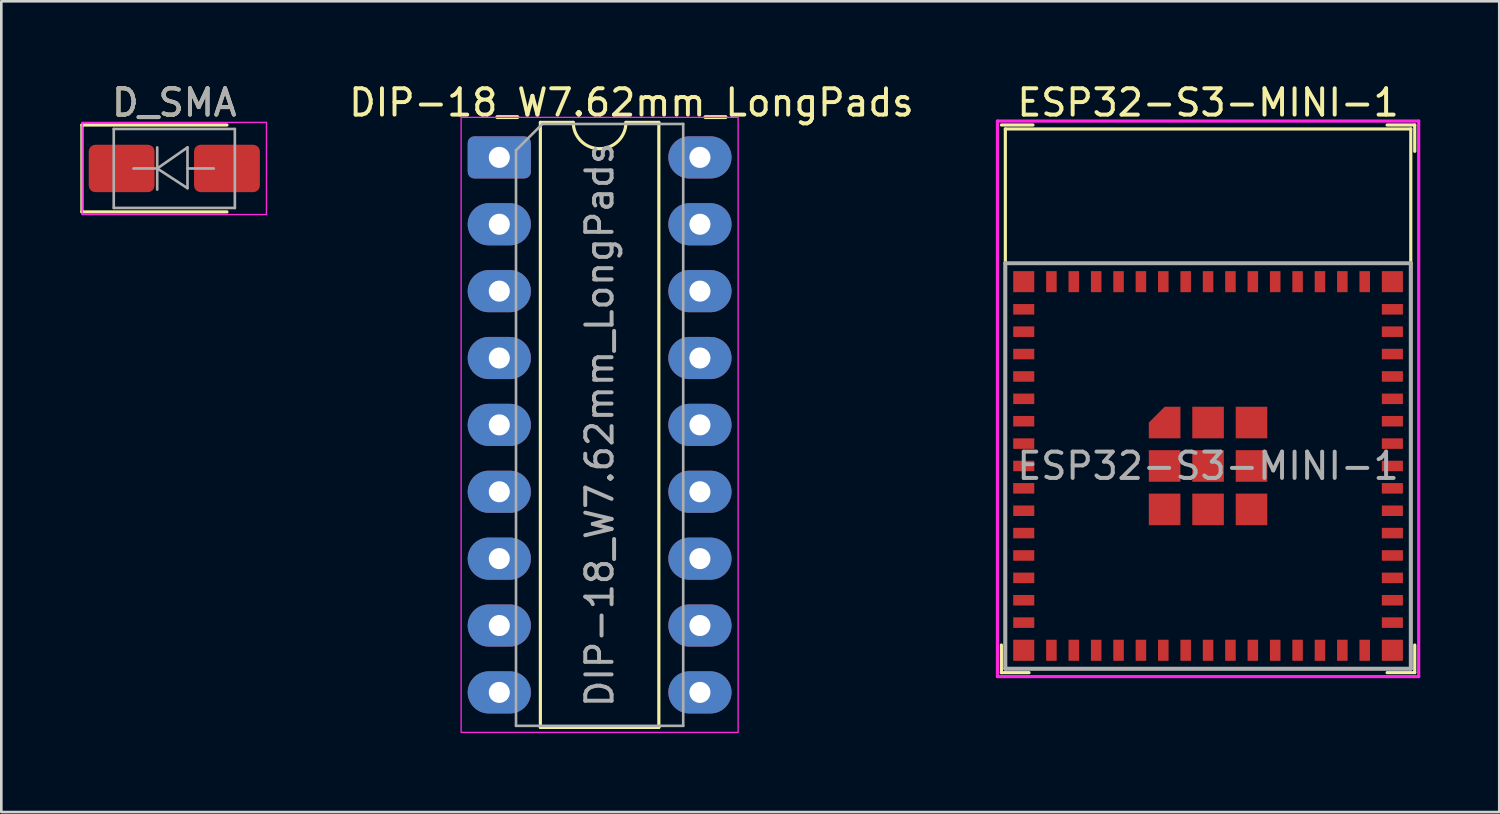
<source format=kicad_pcb>
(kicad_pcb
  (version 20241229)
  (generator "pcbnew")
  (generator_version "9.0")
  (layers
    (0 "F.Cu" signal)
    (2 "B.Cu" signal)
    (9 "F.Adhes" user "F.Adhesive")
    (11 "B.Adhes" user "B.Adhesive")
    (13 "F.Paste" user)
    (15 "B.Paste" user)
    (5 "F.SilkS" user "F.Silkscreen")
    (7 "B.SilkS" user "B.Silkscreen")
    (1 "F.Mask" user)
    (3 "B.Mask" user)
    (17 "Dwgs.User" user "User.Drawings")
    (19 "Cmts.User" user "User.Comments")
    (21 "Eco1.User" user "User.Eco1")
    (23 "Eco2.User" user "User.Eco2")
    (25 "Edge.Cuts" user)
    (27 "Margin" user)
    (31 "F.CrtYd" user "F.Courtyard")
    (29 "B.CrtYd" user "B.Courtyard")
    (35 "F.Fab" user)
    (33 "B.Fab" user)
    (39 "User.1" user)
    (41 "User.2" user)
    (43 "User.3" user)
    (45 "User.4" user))
  (footprint "D_SMA"
    (layer "F.Cu")
    (at 3.57 3.348)
    (property "Reference" "D_SMA" (at 0 -2.5 180) (layer "F.SilkS") (effects (font (size 1 1) (thickness 0.15))))
    (attr smd)
    (fp_line (start -3.51 -1.65) (end -3.51 1.65) (stroke (width 0.12) (type solid)) (layer "F.SilkS"))
    (fp_line (start -3.51 -1.65) (end 2 -1.65) (stroke (width 0.12) (type solid)) (layer "F.SilkS"))
    (fp_line (start -3.51 1.65) (end 2 1.65) (stroke (width 0.12) (type solid)) (layer "F.SilkS"))
    (fp_line (start -3.5 -1.75) (end 3.5 -1.75) (stroke (width 0.05) (type solid)) (layer "F.CrtYd"))
    (fp_line (start -3.5 1.75) (end -3.5 -1.75) (stroke (width 0.05) (type solid)) (layer "F.CrtYd"))
    (fp_line (start 3.5 -1.75) (end 3.5 1.75) (stroke (width 0.05) (type solid)) (layer "F.CrtYd"))
    (fp_line (start 3.5 1.75) (end -3.5 1.75) (stroke (width 0.05) (type solid)) (layer "F.CrtYd"))
    (fp_line (start -2.3 1.5) (end -2.3 -1.5) (stroke (width 0.1) (type solid)) (layer "F.Fab"))
    (fp_line (start -0.649 -0.799) (end -0.649 0.801) (stroke (width 0.1) (type solid)) (layer "F.Fab"))
    (fp_line (start -0.649 0.001) (end -1.551 0.001) (stroke (width 0.1) (type solid)) (layer "F.Fab"))
    (fp_line (start -0.649 0.001) (end 0.501 -0.799) (stroke (width 0.1) (type solid)) (layer "F.Fab"))
    (fp_line (start -0.649 0.001) (end 0.501 0.75) (stroke (width 0.1) (type solid)) (layer "F.Fab"))
    (fp_line (start 0.501 0.001) (end 1.499 0.001) (stroke (width 0.1) (type solid)) (layer "F.Fab"))
    (fp_line (start 0.501 0.75) (end 0.501 -0.799) (stroke (width 0.1) (type solid)) (layer "F.Fab"))
    (fp_line (start 2.3 -1.5) (end -2.3 -1.5) (stroke (width 0.1) (type solid)) (layer "F.Fab"))
    (fp_line (start 2.3 -1.5) (end 2.3 1.5) (stroke (width 0.1) (type solid)) (layer "F.Fab"))
    (fp_line (start 2.3 1.5) (end -2.3 1.5) (stroke (width 0.1) (type solid)) (layer "F.Fab"))
    (fp_text user "${REFERENCE}" (at 0 -2.5 180) (layer "F.Fab") (effects (font (size 1 1) (thickness 0.15))))
    (pad "1" smd roundrect (at -2 0) (size 2.5 1.8) (layers "F.Cu" "F.Mask" "F.Paste") (roundrect_rratio 0.139))
    (pad "2" smd roundrect (at 2 0) (size 2.5 1.8) (layers "F.Cu" "F.Mask" "F.Paste") (roundrect_rratio 0.139)))
  (footprint "DIP-18_W7.62mm_LongPads"
    (layer "F.Cu")
    (at 15.914 2.928)
    (property "Reference" "DIP-18_W7.62mm_LongPads" (at 5.02 -2.08 180) (layer "F.SilkS") (effects (font (size 1 1) (thickness 0.15))))
    (attr through_hole)
    (fp_line (start 1.56 -1.33) (end 1.56 21.65) (stroke (width 0.12) (type solid)) (layer "F.SilkS"))
    (fp_line (start 1.56 21.65) (end 6.06 21.65) (stroke (width 0.12) (type solid)) (layer "F.SilkS"))
    (fp_line (start 2.81 -1.33) (end 1.56 -1.33) (stroke (width 0.12) (type solid)) (layer "F.SilkS"))
    (fp_line (start 6.06 -1.33) (end 4.81 -1.33) (stroke (width 0.12) (type solid)) (layer "F.SilkS"))
    (fp_line (start 6.06 21.65) (end 6.06 -1.33) (stroke (width 0.12) (type solid)) (layer "F.SilkS"))
    (fp_arc (start 4.81 -1.33) (mid 3.81 -0.33) (end 2.81 -1.33) (stroke (width 0.12) (type solid)) (layer "F.SilkS"))
    (fp_rect (start -1.45 -1.52) (end 9.07 21.84) (stroke (width 0.05) (type solid)) (fill no) (layer "F.CrtYd"))
    (fp_line (start 0.635 -0.27) (end 1.635 -1.27) (stroke (width 0.1) (type solid)) (layer "F.Fab"))
    (fp_line (start 0.635 21.59) (end 0.635 -0.27) (stroke (width 0.1) (type solid)) (layer "F.Fab"))
    (fp_line (start 1.635 -1.27) (end 6.985 -1.27) (stroke (width 0.1) (type solid)) (layer "F.Fab"))
    (fp_line (start 6.985 -1.27) (end 6.985 21.59) (stroke (width 0.1) (type solid)) (layer "F.Fab"))
    (fp_line (start 6.985 21.59) (end 0.635 21.59) (stroke (width 0.1) (type solid)) (layer "F.Fab"))
    (fp_text user "${REFERENCE}" (at 3.81 10.16 90) (layer "F.Fab") (effects (font (size 1 1) (thickness 0.15))))
    (pad "1" thru_hole roundrect (at 0 0) (size 2.4 1.6) (drill 0.8) (layers "*.Cu" "*.Mask") (roundrect_rratio 0.156))
    (pad "2" thru_hole oval (at 0 2.54) (size 2.4 1.6) (drill 0.8) (layers "*.Cu" "*.Mask"))
    (pad "3" thru_hole oval (at 0 5.08) (size 2.4 1.6) (drill 0.8) (layers "*.Cu" "*.Mask"))
    (pad "4" thru_hole oval (at 0 7.62) (size 2.4 1.6) (drill 0.8) (layers "*.Cu" "*.Mask"))
    (pad "5" thru_hole oval (at 0 10.16) (size 2.4 1.6) (drill 0.8) (layers "*.Cu" "*.Mask"))
    (pad "6" thru_hole oval (at 0 12.7) (size 2.4 1.6) (drill 0.8) (layers "*.Cu" "*.Mask"))
    (pad "7" thru_hole oval (at 0 15.24) (size 2.4 1.6) (drill 0.8) (layers "*.Cu" "*.Mask"))
    (pad "8" thru_hole oval (at 0 17.78) (size 2.4 1.6) (drill 0.8) (layers "*.Cu" "*.Mask"))
    (pad "9" thru_hole oval (at 0 20.32) (size 2.4 1.6) (drill 0.8) (layers "*.Cu" "*.Mask"))
    (pad "10" thru_hole oval (at 7.62 20.32) (size 2.4 1.6) (drill 0.8) (layers "*.Cu" "*.Mask"))
    (pad "11" thru_hole oval (at 7.62 17.78) (size 2.4 1.6) (drill 0.8) (layers "*.Cu" "*.Mask"))
    (pad "12" thru_hole oval (at 7.62 15.24) (size 2.4 1.6) (drill 0.8) (layers "*.Cu" "*.Mask"))
    (pad "13" thru_hole oval (at 7.62 12.7) (size 2.4 1.6) (drill 0.8) (layers "*.Cu" "*.Mask"))
    (pad "14" thru_hole oval (at 7.62 10.16) (size 2.4 1.6) (drill 0.8) (layers "*.Cu" "*.Mask"))
    (pad "15" thru_hole oval (at 7.62 7.62) (size 2.4 1.6) (drill 0.8) (layers "*.Cu" "*.Mask"))
    (pad "16" thru_hole oval (at 7.62 5.08) (size 2.4 1.6) (drill 0.8) (layers "*.Cu" "*.Mask"))
    (pad "17" thru_hole oval (at 7.62 2.54) (size 2.4 1.6) (drill 0.8) (layers "*.Cu" "*.Mask"))
    (pad "18" thru_hole oval (at 7.62 0) (size 2.4 1.6) (drill 0.8) (layers "*.Cu" "*.Mask")))
  (footprint "ESP32-S3-MINI-1"
    (layer "F.Cu")
    (at 42.834 14.648)
    (property "Reference" "ESP32-S3-MINI-1" (at 0 -13.8 0) (layer "F.SilkS") (effects (font (size 1 1) (thickness 0.15))))
    (attr smd)
    (fp_line (start -7.85 7.85) (end -7.85 6.8) (stroke (width 0.12) (type solid)) (layer "F.SilkS"))
    (fp_line (start -7.7 -12.8) (end -7.7 -7.7) (stroke (width 0.12) (type solid)) (layer "F.SilkS"))
    (fp_line (start -7.7 -12.8) (end 7.7 -12.8) (stroke (width 0.12) (type solid)) (layer "F.SilkS"))
    (fp_line (start -7.7 7.7) (end -7.7 -7.7) (stroke (width 0.12) (type solid)) (layer "F.SilkS"))
    (fp_line (start -6.8 7.85) (end -7.85 7.85) (stroke (width 0.12) (type solid)) (layer "F.SilkS"))
    (fp_line (start -6.65 -12.95) (end -7.85 -12.95) (stroke (width 0.12) (type solid)) (layer "F.SilkS"))
    (fp_line (start 6.8 -12.95) (end 7.85 -12.95) (stroke (width 0.12) (type solid)) (layer "F.SilkS"))
    (fp_line (start 6.8 7.85) (end 7.85 7.85) (stroke (width 0.12) (type solid)) (layer "F.SilkS"))
    (fp_line (start 7.7 -12.8) (end 7.7 -7.7) (stroke (width 0.12) (type solid)) (layer "F.SilkS"))
    (fp_line (start 7.7 -7.7) (end 7.7 7.7) (stroke (width 0.12) (type solid)) (layer "F.SilkS"))
    (fp_line (start 7.7 7.7) (end -7.7 7.7) (stroke (width 0.12) (type solid)) (layer "F.SilkS"))
    (fp_line (start 7.85 -12.95) (end 7.85 -11.95) (stroke (width 0.12) (type solid)) (layer "F.SilkS"))
    (fp_line (start 7.85 7.85) (end 7.85 6.8) (stroke (width 0.12) (type solid)) (layer "F.SilkS"))
    (fp_line (start -8 -13.1) (end -8 8) (stroke (width 0.12) (type solid)) (layer "F.CrtYd"))
    (fp_line (start -8 8) (end 8 8) (stroke (width 0.12) (type solid)) (layer "F.CrtYd"))
    (fp_line (start 8 -13.1) (end -8 -13.1) (stroke (width 0.12) (type solid)) (layer "F.CrtYd"))
    (fp_line (start 8 8) (end 8 -13.1) (stroke (width 0.12) (type solid)) (layer "F.CrtYd"))
    (fp_line (start -7.7 -7.7) (end -7.7 7.7) (stroke (width 0.15) (type solid)) (layer "F.Fab"))
    (fp_line (start -7.7 7.7) (end 7.7 7.7) (stroke (width 0.15) (type solid)) (layer "F.Fab"))
    (fp_line (start 7.7 -7.7) (end -7.7 -7.7) (stroke (width 0.15) (type solid)) (layer "F.Fab"))
    (fp_line (start 7.7 7.7) (end 7.7 -7.7) (stroke (width 0.15) (type solid)) (layer "F.Fab"))
    (fp_text user "${REFERENCE}" (at 0 0 0) (layer "F.Fab") (effects (font (size 1 1) (thickness 0.15))))
    (pad "1" smd rect (at -7 -5.95 90) (size 0.4 0.8) (layers "F.Cu" "F.Mask" "F.Paste"))
    (pad "2" smd rect (at -7 -5.1 90) (size 0.4 0.8) (layers "F.Cu" "F.Mask" "F.Paste"))
    (pad "3" smd rect (at -7 -4.25 90) (size 0.4 0.8) (layers "F.Cu" "F.Mask" "F.Paste"))
    (pad "4" smd rect (at -7 -3.4 90) (size 0.4 0.8) (layers "F.Cu" "F.Mask" "F.Paste"))
    (pad "5" smd rect (at -7 -2.55 90) (size 0.4 0.8) (layers "F.Cu" "F.Mask" "F.Paste"))
    (pad "6" smd rect (at -7 -1.7 90) (size 0.4 0.8) (layers "F.Cu" "F.Mask" "F.Paste"))
    (pad "7" smd rect (at -7 -0.85 90) (size 0.4 0.8) (layers "F.Cu" "F.Mask" "F.Paste"))
    (pad "8" smd rect (at -7 0 90) (size 0.4 0.8) (layers "F.Cu" "F.Mask" "F.Paste"))
    (pad "9" smd rect (at -7 0.85 90) (size 0.4 0.8) (layers "F.Cu" "F.Mask" "F.Paste"))
    (pad "10" smd rect (at -7 1.7 90) (size 0.4 0.8) (layers "F.Cu" "F.Mask" "F.Paste"))
    (pad "11" smd rect (at -7 2.55 90) (size 0.4 0.8) (layers "F.Cu" "F.Mask" "F.Paste"))
    (pad "12" smd rect (at -7 3.4 90) (size 0.4 0.8) (layers "F.Cu" "F.Mask" "F.Paste"))
    (pad "13" smd rect (at -7 4.25 90) (size 0.4 0.8) (layers "F.Cu" "F.Mask" "F.Paste"))
    (pad "14" smd rect (at -7 5.1 90) (size 0.4 0.8) (layers "F.Cu" "F.Mask" "F.Paste"))
    (pad "15" smd rect (at -7 5.95 90) (size 0.4 0.8) (layers "F.Cu" "F.Mask" "F.Paste"))
    (pad "16" smd rect (at -5.95 7) (size 0.4 0.8) (layers "F.Cu" "F.Mask" "F.Paste"))
    (pad "17" smd rect (at -5.1 7) (size 0.4 0.8) (layers "F.Cu" "F.Mask" "F.Paste"))
    (pad "18" smd rect (at -4.25 7) (size 0.4 0.8) (layers "F.Cu" "F.Mask" "F.Paste"))
    (pad "19" smd rect (at -3.4 7) (size 0.4 0.8) (layers "F.Cu" "F.Mask" "F.Paste"))
    (pad "20" smd rect (at -2.55 7) (size 0.4 0.8) (layers "F.Cu" "F.Mask" "F.Paste"))
    (pad "21" smd rect (at -1.7 7) (size 0.4 0.8) (layers "F.Cu" "F.Mask" "F.Paste"))
    (pad "22" smd rect (at -0.85 7) (size 0.4 0.8) (layers "F.Cu" "F.Mask" "F.Paste"))
    (pad "23" smd rect (at 0 7) (size 0.4 0.8) (layers "F.Cu" "F.Mask" "F.Paste"))
    (pad "24" smd rect (at 0.85 7) (size 0.4 0.8) (layers "F.Cu" "F.Mask" "F.Paste"))
    (pad "25" smd rect (at 1.7 7) (size 0.4 0.8) (layers "F.Cu" "F.Mask" "F.Paste"))
    (pad "26" smd rect (at 2.55 7) (size 0.4 0.8) (layers "F.Cu" "F.Mask" "F.Paste"))
    (pad "27" smd rect (at 3.4 7) (size 0.4 0.8) (layers "F.Cu" "F.Mask" "F.Paste"))
    (pad "28" smd rect (at 4.25 7) (size 0.4 0.8) (layers "F.Cu" "F.Mask" "F.Paste"))
    (pad "29" smd rect (at 5.1 7) (size 0.4 0.8) (layers "F.Cu" "F.Mask" "F.Paste"))
    (pad "30" smd rect (at 5.95 7) (size 0.4 0.8) (layers "F.Cu" "F.Mask" "F.Paste"))
    (pad "31" smd rect (at 7 5.95 90) (size 0.4 0.8) (layers "F.Cu" "F.Mask" "F.Paste"))
    (pad "32" smd rect (at 7 5.1 90) (size 0.4 0.8) (layers "F.Cu" "F.Mask" "F.Paste"))
    (pad "33" smd rect (at 7 4.25 90) (size 0.4 0.8) (layers "F.Cu" "F.Mask" "F.Paste"))
    (pad "34" smd rect (at 7 3.4 90) (size 0.4 0.8) (layers "F.Cu" "F.Mask" "F.Paste"))
    (pad "35" smd rect (at 7 2.55 90) (size 0.4 0.8) (layers "F.Cu" "F.Mask" "F.Paste"))
    (pad "36" smd rect (at 7 1.7 90) (size 0.4 0.8) (layers "F.Cu" "F.Mask" "F.Paste"))
    (pad "37" smd rect (at 7 0.85 90) (size 0.4 0.8) (layers "F.Cu" "F.Mask" "F.Paste"))
    (pad "38" smd rect (at 7 0 90) (size 0.4 0.8) (layers "F.Cu" "F.Mask" "F.Paste"))
    (pad "39" smd rect (at 7 -0.85 90) (size 0.4 0.8) (layers "F.Cu" "F.Mask" "F.Paste"))
    (pad "40" smd rect (at 7 -1.7 90) (size 0.4 0.8) (layers "F.Cu" "F.Mask" "F.Paste"))
    (pad "41" smd rect (at 7 -2.55 90) (size 0.4 0.8) (layers "F.Cu" "F.Mask" "F.Paste"))
    (pad "42" smd rect (at 7 -3.4 90) (size 0.4 0.8) (layers "F.Cu" "F.Mask" "F.Paste"))
    (pad "43" smd rect (at 7 -4.25 90) (size 0.4 0.8) (layers "F.Cu" "F.Mask" "F.Paste"))
    (pad "44" smd rect (at 7 -5.1 90) (size 0.4 0.8) (layers "F.Cu" "F.Mask" "F.Paste"))
    (pad "45" smd rect (at 7 -5.95 90) (size 0.4 0.8) (layers "F.Cu" "F.Mask" "F.Paste"))
    (pad "46" smd rect (at 5.95 -7) (size 0.4 0.8) (layers "F.Cu" "F.Mask" "F.Paste"))
    (pad "47" smd rect (at 5.1 -7) (size 0.4 0.8) (layers "F.Cu" "F.Mask" "F.Paste"))
    (pad "48" smd rect (at 4.25 -7) (size 0.4 0.8) (layers "F.Cu" "F.Mask" "F.Paste"))
    (pad "49" smd rect (at 3.4 -7) (size 0.4 0.8) (layers "F.Cu" "F.Mask" "F.Paste"))
    (pad "50" smd rect (at 2.55 -7) (size 0.4 0.8) (layers "F.Cu" "F.Mask" "F.Paste"))
    (pad "51" smd rect (at 1.7 -7) (size 0.4 0.8) (layers "F.Cu" "F.Mask" "F.Paste"))
    (pad "52" smd rect (at 0.85 -7) (size 0.4 0.8) (layers "F.Cu" "F.Mask" "F.Paste"))
    (pad "53" smd rect (at 0 -7) (size 0.4 0.8) (layers "F.Cu" "F.Mask" "F.Paste"))
    (pad "54" smd rect (at -0.85 -7) (size 0.4 0.8) (layers "F.Cu" "F.Mask" "F.Paste"))
    (pad "55" smd rect (at -1.7 -7) (size 0.4 0.8) (layers "F.Cu" "F.Mask" "F.Paste"))
    (pad "56" smd rect (at -2.55 -7) (size 0.4 0.8) (layers "F.Cu" "F.Mask" "F.Paste"))
    (pad "57" smd rect (at -3.4 -7) (size 0.4 0.8) (layers "F.Cu" "F.Mask" "F.Paste"))
    (pad "58" smd rect (at -4.25 -7) (size 0.4 0.8) (layers "F.Cu" "F.Mask" "F.Paste"))
    (pad "59" smd rect (at -5.1 -7) (size 0.4 0.8) (layers "F.Cu" "F.Mask" "F.Paste"))
    (pad "60" smd rect (at -5.95 -7) (size 0.4 0.8) (layers "F.Cu" "F.Mask" "F.Paste"))
    (pad "61" smd custom (at -1.65 -1.65) (size 0.6 0.6) (layers "F.Cu" "F.Mask" "F.Paste") (options (anchor rect)) (primitives (gr_poly (pts (xy 0.6 0.6) (xy -0.6 0.6) (xy -0.6 0) (xy 0 -0.6) (xy 0.6 -0.6)) (width 0) (fill yes))))
    (pad "61" smd rect (at -1.65 0) (size 1.2 1.2) (layers "F.Cu" "F.Mask" "F.Paste"))
    (pad "61" smd rect (at -1.65 1.65) (size 1.2 1.2) (layers "F.Cu" "F.Mask" "F.Paste"))
    (pad "61" smd rect (at 0 -1.65) (size 1.2 1.2) (layers "F.Cu" "F.Mask" "F.Paste"))
    (pad "61" smd rect (at 0 0) (size 1.2 1.2) (layers "F.Cu" "F.Mask" "F.Paste"))
    (pad "61" smd rect (at 0 1.65) (size 1.2 1.2) (layers "F.Cu" "F.Mask" "F.Paste"))
    (pad "61" smd rect (at 1.65 -1.65) (size 1.2 1.2) (layers "F.Cu" "F.Mask" "F.Paste"))
    (pad "61" smd rect (at 1.65 0) (size 1.2 1.2) (layers "F.Cu" "F.Mask" "F.Paste"))
    (pad "61" smd rect (at 1.65 1.65) (size 1.2 1.2) (layers "F.Cu" "F.Mask" "F.Paste"))
    (pad "62" smd rect (at -7 -7 180) (size 0.8 0.8) (layers "F.Cu" "F.Mask" "F.Paste"))
    (pad "63" smd rect (at -7 7 180) (size 0.8 0.8) (layers "F.Cu" "F.Mask" "F.Paste"))
    (pad "64" smd rect (at 7 7 180) (size 0.8 0.8) (layers "F.Cu" "F.Mask" "F.Paste"))
    (pad "65" smd rect (at 7 -7 180) (size 0.8 0.8) (layers "F.Cu" "F.Mask" "F.Paste"))
    (zone (net_name "") (layers "F.Cu" "B.Cu") (name "antenna keepout") (hatch edge 0.508) (connect_pads) (min_thickness 0.254) (filled_areas_thickness no) (keepout (tracks not_allowed) (vias not_allowed) (pads not_allowed) (copperpour not_allowed) (footprints not_allowed)) (placement (enabled no)) (fill) (polygon (pts (xy 50.534 6.948) (xy 35.134 6.948) (xy 35.134 1.848) (xy 50.534 1.848)))))
  (gr_rect
    (start -3 -3)
    (end 53.894 27.793)
    (stroke (width 0.1) (type default))
    (fill no)
    (layer "Edge.Cuts")))
</source>
